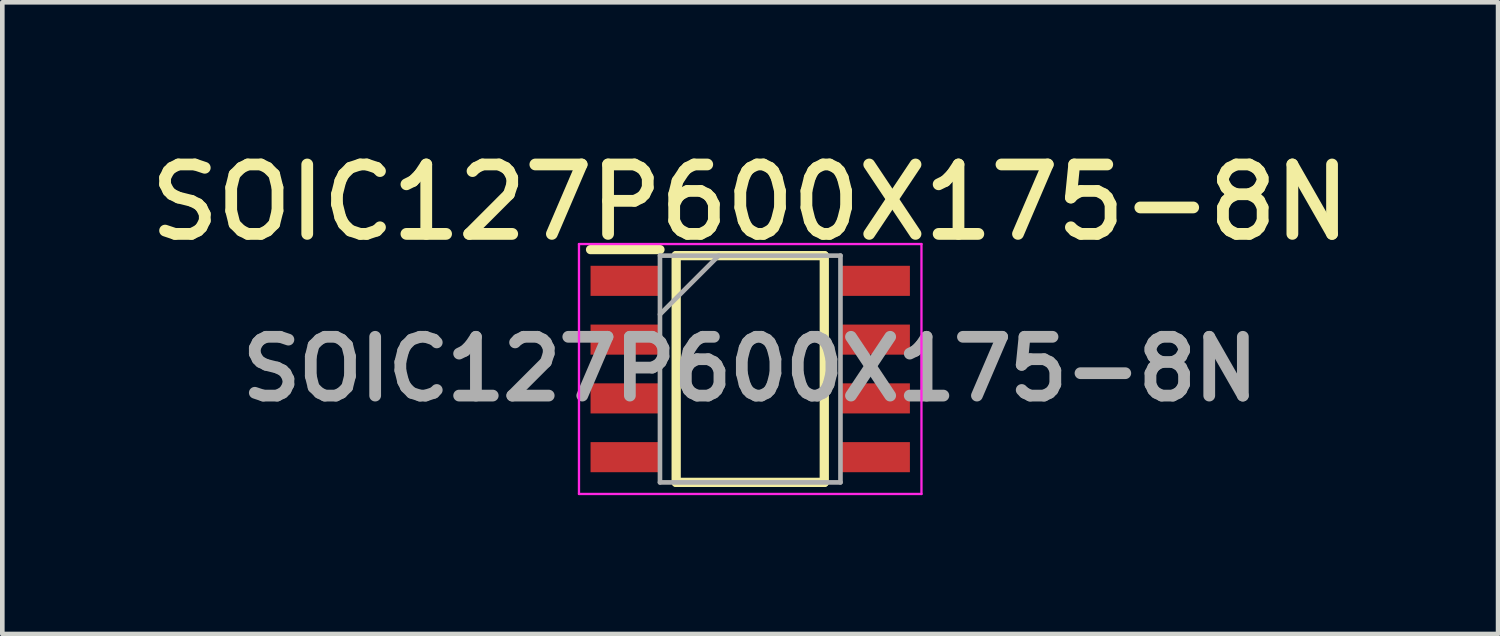
<source format=kicad_pcb>
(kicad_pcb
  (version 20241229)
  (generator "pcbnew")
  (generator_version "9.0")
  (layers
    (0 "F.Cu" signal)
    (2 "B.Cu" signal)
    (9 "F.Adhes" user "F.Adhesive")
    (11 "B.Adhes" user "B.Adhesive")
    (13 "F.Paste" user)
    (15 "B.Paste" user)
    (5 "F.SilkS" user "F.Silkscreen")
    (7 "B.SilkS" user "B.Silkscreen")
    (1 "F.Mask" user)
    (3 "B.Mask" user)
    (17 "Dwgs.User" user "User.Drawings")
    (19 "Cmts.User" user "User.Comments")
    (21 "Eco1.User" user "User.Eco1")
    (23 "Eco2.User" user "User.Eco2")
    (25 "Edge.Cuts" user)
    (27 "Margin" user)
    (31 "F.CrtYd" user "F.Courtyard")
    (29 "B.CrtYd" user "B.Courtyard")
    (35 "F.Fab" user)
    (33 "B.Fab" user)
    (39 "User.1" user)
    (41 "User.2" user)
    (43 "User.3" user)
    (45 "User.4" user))
  (footprint "SOIC127P600X175-8N"
    (layer "F.Cu")
    (at 13.16 4.923)
    (property "Reference" "SOIC127P600X175-8N" (at 0 -3.6 0) (layer "F.SilkS") (effects (font (size 1.5 1.5) (thickness 0.254))))
    (attr smd)
    (fp_line (start -3.45 -2.58) (end -1.95 -2.58) (stroke (width 0.2) (type solid)) (layer "F.SilkS"))
    (fp_line (start -1.6 -2.45) (end 1.6 -2.45) (stroke (width 0.2) (type solid)) (layer "F.SilkS"))
    (fp_line (start -1.6 2.45) (end -1.6 -2.45) (stroke (width 0.2) (type solid)) (layer "F.SilkS"))
    (fp_line (start 1.6 -2.45) (end 1.6 2.45) (stroke (width 0.2) (type solid)) (layer "F.SilkS"))
    (fp_line (start 1.6 2.45) (end -1.6 2.45) (stroke (width 0.2) (type solid)) (layer "F.SilkS"))
    (fp_line (start -3.7 -2.7) (end 3.7 -2.7) (stroke (width 0.05) (type solid)) (layer "F.CrtYd"))
    (fp_line (start -3.7 2.7) (end -3.7 -2.7) (stroke (width 0.05) (type solid)) (layer "F.CrtYd"))
    (fp_line (start 3.7 -2.7) (end 3.7 2.7) (stroke (width 0.05) (type solid)) (layer "F.CrtYd"))
    (fp_line (start 3.7 2.7) (end -3.7 2.7) (stroke (width 0.05) (type solid)) (layer "F.CrtYd"))
    (fp_line (start -1.95 -2.45) (end 1.95 -2.45) (stroke (width 0.1) (type solid)) (layer "F.Fab"))
    (fp_line (start -1.95 -1.18) (end -0.68 -2.45) (stroke (width 0.1) (type solid)) (layer "F.Fab"))
    (fp_line (start -1.95 2.45) (end -1.95 -2.45) (stroke (width 0.1) (type solid)) (layer "F.Fab"))
    (fp_line (start 1.95 -2.45) (end 1.95 2.45) (stroke (width 0.1) (type solid)) (layer "F.Fab"))
    (fp_line (start 1.95 2.45) (end -1.95 2.45) (stroke (width 0.1) (type solid)) (layer "F.Fab"))
    (fp_text user "${REFERENCE}" (at 0 0 0) (layer "F.Fab") (effects (font (size 1.27 1.27) (thickness 0.254))))
    (pad "1" smd rect (at -2.7 -1.905 90) (size 0.65 1.5) (layers "F.Cu" "F.Mask" "F.Paste"))
    (pad "2" smd rect (at -2.7 -0.635 90) (size 0.65 1.5) (layers "F.Cu" "F.Mask" "F.Paste"))
    (pad "3" smd rect (at -2.7 0.635 90) (size 0.65 1.5) (layers "F.Cu" "F.Mask" "F.Paste"))
    (pad "4" smd rect (at -2.7 1.905 90) (size 0.65 1.5) (layers "F.Cu" "F.Mask" "F.Paste"))
    (pad "5" smd rect (at 2.7 1.905 90) (size 0.65 1.5) (layers "F.Cu" "F.Mask" "F.Paste"))
    (pad "6" smd rect (at 2.7 0.635 90) (size 0.65 1.5) (layers "F.Cu" "F.Mask" "F.Paste"))
    (pad "7" smd rect (at 2.7 -0.635 90) (size 0.65 1.5) (layers "F.Cu" "F.Mask" "F.Paste"))
    (pad "8" smd rect (at 2.7 -1.905 90) (size 0.65 1.5) (layers "F.Cu" "F.Mask" "F.Paste")))
  (gr_rect
    (start -3 -3)
    (end 29.319 10.648)
    (stroke (width 0.1) (type default))
    (fill no)
    (layer "Edge.Cuts")))
</source>
